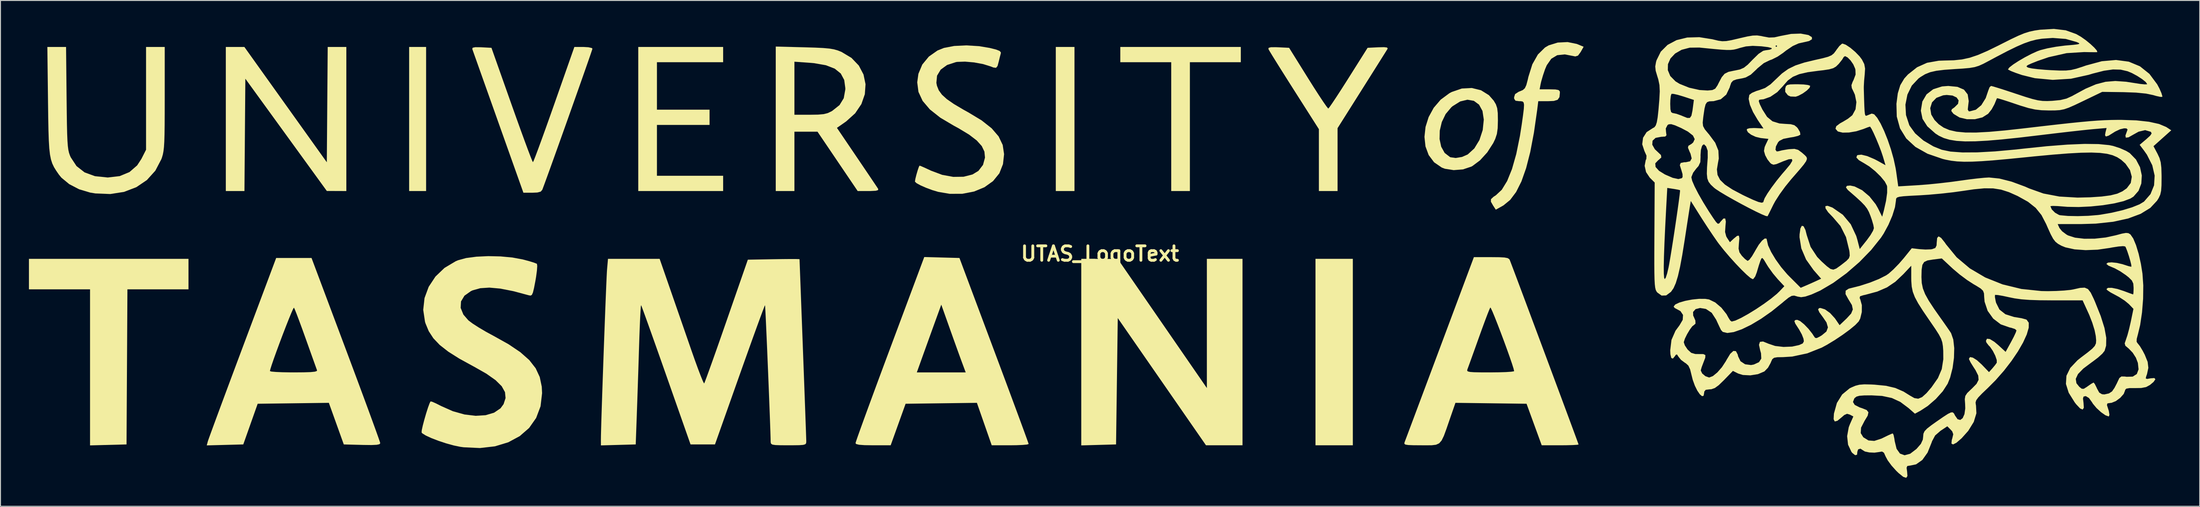
<source format=kicad_pcb>
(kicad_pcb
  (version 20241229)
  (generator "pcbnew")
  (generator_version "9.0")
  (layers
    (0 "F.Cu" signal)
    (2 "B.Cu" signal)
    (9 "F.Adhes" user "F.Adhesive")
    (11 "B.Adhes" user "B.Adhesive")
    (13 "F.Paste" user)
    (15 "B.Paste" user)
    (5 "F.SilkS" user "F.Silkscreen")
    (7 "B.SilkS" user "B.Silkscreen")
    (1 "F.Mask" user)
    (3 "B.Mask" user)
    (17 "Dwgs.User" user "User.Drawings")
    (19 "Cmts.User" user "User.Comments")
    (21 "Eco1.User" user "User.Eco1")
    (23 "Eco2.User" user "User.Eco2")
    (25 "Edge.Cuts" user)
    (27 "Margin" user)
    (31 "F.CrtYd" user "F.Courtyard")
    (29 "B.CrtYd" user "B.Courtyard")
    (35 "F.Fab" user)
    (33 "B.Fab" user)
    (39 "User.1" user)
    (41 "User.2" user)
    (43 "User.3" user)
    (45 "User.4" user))
  (footprint "UTAS_LogoText"
    (layer "F.Cu")
    (at 112.869 23.728)
    (property "Reference" "UTAS_LogoText" (at 0 0 0) (layer "F.SilkS") (effects (font (size 1.524 1.524) (thickness 0.3))))
    (attr board_only exclude_from_pos_files exclude_from_bom)
    (fp_poly (pts (xy -71.013 -6.618) (xy -72.801 -6.618) (xy -72.801 -21.823) (xy -71.013 -21.823)) (stroke (width 0) (type solid)) (fill yes) (layer "F.SilkS"))
    (fp_poly (pts (xy -2.683 -6.618) (xy -4.651 -6.618) (xy -4.651 -21.823) (xy -2.683 -21.823)) (stroke (width 0) (type solid)) (fill yes) (layer "F.SilkS"))
    (fp_poly (pts (xy 26.652 20.213) (xy 22.717 20.213) (xy 22.717 0.537) (xy 26.652 0.537)) (stroke (width 0) (type solid)) (fill yes) (layer "F.SilkS"))
    (fp_poly (pts (xy 14.846 -20.213) (xy 9.48 -20.213) (xy 9.48 -6.618) (xy 7.513 -6.618) (xy 7.513 -20.213) (xy 2.146 -20.213) (xy 2.146 -21.823) (xy 14.846 -21.823)) (stroke (width 0) (type solid)) (fill yes) (layer "F.SilkS"))
    (fp_poly (pts (xy -96.055 3.756) (xy -102.491 3.756) (xy -102.537 11.94) (xy -102.584 20.123) (xy -104.507 20.174) (xy -106.43 20.225) (xy -106.43 3.756) (xy -112.869 3.756) (xy -112.869 0.537) (xy -96.055 0.537)) (stroke (width 0) (type solid)) (fill yes) (layer "F.SilkS"))
    (fp_poly (pts (xy -39.71 -20.213) (xy -46.686 -20.213) (xy -46.686 -15.204) (xy -41.141 -15.204) (xy -41.141 -13.594) (xy -46.686 -13.594) (xy -46.686 -8.228) (xy -39.71 -8.228) (xy -39.71 -6.618) (xy -48.654 -6.618) (xy -48.654 -21.823) (xy -39.71 -21.823)) (stroke (width 0) (type solid)) (fill yes) (layer "F.SilkS"))
    (fp_poly (pts (xy -85.821 -15.738) (xy -81.477 -9.654) (xy -81.43 -15.738) (xy -81.383 -21.823) (xy -79.42 -21.823) (xy -79.42 -6.618) (xy -81.477 -6.625) (xy -85.77 -12.549) (xy -90.063 -18.472) (xy -90.11 -12.545) (xy -90.157 -6.618) (xy -92.12 -6.618) (xy -92.12 -21.823) (xy -90.165 -21.823)) (stroke (width 0) (type solid)) (fill yes) (layer "F.SilkS"))
    (fp_poly (pts (xy 15.025 20.213) (xy 11.176 20.213) (xy 6.527 13.5) (xy 1.878 6.788) (xy 1.699 20.123) (xy -0.134 20.174) (xy -1.968 20.225) (xy -1.968 0.537) (xy -0.045 0.543) (xy 1.878 0.549) (xy 6.574 7.361) (xy 11.269 14.173) (xy 11.269 0.537) (xy 15.025 0.537)) (stroke (width 0) (type solid)) (fill yes) (layer "F.SilkS"))
    (fp_poly (pts (xy 74.155 -17.865) (xy 74.63 -17.805) (xy 74.851 -17.721) (xy 74.851 -17.72) (xy 74.79 -17.518) (xy 74.502 -17.229) (xy 74.081 -16.925) (xy 73.621 -16.677) (xy 73.326 -16.574) (xy 72.777 -16.594) (xy 72.5 -16.723) (xy 72.223 -17.077) (xy 72.22 -17.434) (xy 72.288 -17.674) (xy 72.433 -17.809) (xy 72.741 -17.871) (xy 73.296 -17.887) (xy 73.527 -17.887)) (stroke (width 0) (type solid)) (fill yes) (layer "F.SilkS"))
    (fp_poly (pts (xy 30.255 -21.763) (xy 30.326 -21.662) (xy 30.302 -21.608) (xy 30.173 -21.399) (xy 29.879 -20.931) (xy 29.448 -20.244) (xy 28.905 -19.38) (xy 28.277 -18.383) (xy 27.603 -17.313) (xy 25.042 -13.251) (xy 25.042 -6.618) (xy 23.075 -6.618) (xy 23.074 -9.883) (xy 23.074 -13.147) (xy 20.46 -17.256) (xy 19.767 -18.349) (xy 19.136 -19.35) (xy 18.594 -20.217) (xy 18.165 -20.909) (xy 17.877 -21.384) (xy 17.755 -21.601) (xy 17.754 -21.603) (xy 17.781 -21.732) (xy 18.027 -21.794) (xy 18.55 -21.797) (xy 18.8 -21.787) (xy 19.936 -21.733) (xy 21.94 -18.513) (xy 22.539 -17.562) (xy 23.078 -16.725) (xy 23.528 -16.046) (xy 23.86 -15.569) (xy 24.044 -15.339) (xy 24.068 -15.324) (xy 24.197 -15.478) (xy 24.484 -15.891) (xy 24.901 -16.517) (xy 25.418 -17.313) (xy 26.004 -18.232) (xy 26.201 -18.544) (xy 28.209 -21.733) (xy 29.325 -21.787) (xy 29.94 -21.801)) (stroke (width 0) (type solid)) (fill yes) (layer "F.SilkS"))
    (fp_poly (pts (xy -53.907 -21.792) (xy -53.561 -21.713) (xy -53.483 -21.641) (xy -53.541 -21.453) (xy -53.705 -20.969) (xy -53.96 -20.232) (xy -54.291 -19.284) (xy -54.684 -18.166) (xy -55.124 -16.919) (xy -55.596 -15.586) (xy -56.084 -14.209) (xy -56.575 -12.829) (xy -57.054 -11.487) (xy -57.505 -10.226) (xy -57.914 -9.087) (xy -58.267 -8.112) (xy -58.547 -7.343) (xy -58.741 -6.821) (xy -58.767 -6.752) (xy -58.931 -6.558) (xy -59.285 -6.462) (xy -59.823 -6.439) (xy -60.759 -6.439) (xy -63.413 -13.907) (xy -63.967 -15.468) (xy -64.486 -16.928) (xy -64.957 -18.253) (xy -65.367 -19.407) (xy -65.703 -20.355) (xy -65.954 -21.061) (xy -66.106 -21.491) (xy -66.148 -21.609) (xy -66.108 -21.74) (xy -65.834 -21.797) (xy -65.268 -21.792) (xy -65.177 -21.787) (xy -64.126 -21.733) (xy -61.991 -15.696) (xy -61.496 -14.306) (xy -61.037 -13.03) (xy -60.626 -11.904) (xy -60.279 -10.966) (xy -60.008 -10.255) (xy -59.828 -9.808) (xy -59.755 -9.662) (xy -59.674 -9.825) (xy -59.491 -10.289) (xy -59.218 -11.015) (xy -58.869 -11.966) (xy -58.458 -13.104) (xy -57.999 -14.391) (xy -57.521 -15.744) (xy -55.388 -21.823) (xy -54.436 -21.823)) (stroke (width 0) (type solid)) (fill yes) (layer "F.SilkS"))
    (fp_poly (pts (xy -16.66 0.397) (xy -14.805 0.447) (xy -11.16 10.196) (xy -10.496 11.973) (xy -9.871 13.65) (xy -9.297 15.198) (xy -8.783 16.586) (xy -8.341 17.783) (xy -7.982 18.762) (xy -7.718 19.49) (xy -7.558 19.939) (xy -7.514 20.079) (xy -7.68 20.133) (xy -8.132 20.176) (xy -8.796 20.205) (xy -9.459 20.213) (xy -11.405 20.213) (xy -12.186 17.973) (xy -12.967 15.734) (xy -16.724 15.782) (xy -20.48 15.83) (xy -22.053 20.213) (xy -23.905 20.213) (xy -24.801 20.2) (xy -25.381 20.158) (xy -25.686 20.081) (xy -25.759 19.989) (xy -25.698 19.785) (xy -25.523 19.276) (xy -25.244 18.493) (xy -24.873 17.466) (xy -24.42 16.225) (xy -23.897 14.802) (xy -23.315 13.225) (xy -23.054 12.521) (xy -19.297 12.521) (xy -14.147 12.521) (xy -14.562 11.403) (xy -14.778 10.813) (xy -15.077 9.986) (xy -15.423 9.023) (xy -15.778 8.027) (xy -15.848 7.829) (xy -16.72 5.373) (xy -17.319 7.024) (xy -17.649 7.936) (xy -18.038 9.014) (xy -18.424 10.088) (xy -18.608 10.598) (xy -19.297 12.521) (xy -23.054 12.521) (xy -22.685 11.526) (xy -22.137 10.056) (xy -18.515 0.347)) (stroke (width 0) (type solid)) (fill yes) (layer "F.SilkS"))
    (fp_poly (pts (xy -108.901 -16.412) (xy -108.883 -14.866) (xy -108.865 -13.635) (xy -108.842 -12.675) (xy -108.812 -11.941) (xy -108.772 -11.39) (xy -108.719 -10.978) (xy -108.649 -10.662) (xy -108.56 -10.399) (xy -108.463 -10.176) (xy -107.854 -9.25) (xy -107.005 -8.587) (xy -105.915 -8.187) (xy -104.582 -8.049) (xy -104.545 -8.049) (xy -103.305 -8.193) (xy -102.275 -8.619) (xy -101.465 -9.323) (xy -101.019 -10.007) (xy -100.527 -10.975) (xy -100.527 -21.823) (xy -98.559 -21.823) (xy -98.559 -16.374) (xy -98.561 -14.813) (xy -98.567 -13.565) (xy -98.581 -12.586) (xy -98.604 -11.832) (xy -98.64 -11.258) (xy -98.691 -10.819) (xy -98.758 -10.471) (xy -98.845 -10.17) (xy -98.913 -9.979) (xy -99.547 -8.767) (xy -100.439 -7.777) (xy -101.552 -7.024) (xy -102.851 -6.527) (xy -104.299 -6.301) (xy -105.861 -6.364) (xy -106.421 -6.456) (xy -107.583 -6.804) (xy -108.623 -7.346) (xy -109.447 -8.027) (xy -109.714 -8.353) (xy -109.998 -8.765) (xy -110.228 -9.139) (xy -110.409 -9.519) (xy -110.548 -9.949) (xy -110.652 -10.472) (xy -110.726 -11.131) (xy -110.777 -11.972) (xy -110.812 -13.036) (xy -110.837 -14.367) (xy -110.859 -16.01) (xy -110.86 -16.143) (xy -110.928 -21.823) (xy -108.957 -21.823)) (stroke (width 0) (type solid)) (fill yes) (layer "F.SilkS"))
    (fp_poly (pts (xy -31.169 -21.787) (xy -30.024 -21.753) (xy -29.167 -21.712) (xy -28.53 -21.655) (xy -28.044 -21.573) (xy -27.639 -21.459) (xy -27.247 -21.303) (xy -27.235 -21.298) (xy -26.184 -20.668) (xy -25.409 -19.857) (xy -24.915 -18.915) (xy -24.703 -17.891) (xy -24.777 -16.835) (xy -25.139 -15.795) (xy -25.794 -14.823) (xy -26.743 -13.966) (xy -26.788 -13.934) (xy -27.717 -13.285) (xy -25.612 -10.175) (xy -24.976 -9.234) (xy -24.403 -8.386) (xy -23.927 -7.678) (xy -23.578 -7.158) (xy -23.389 -6.873) (xy -23.369 -6.842) (xy -23.38 -6.716) (xy -23.636 -6.646) (xy -24.187 -6.619) (xy -24.382 -6.618) (xy -25.532 -6.618) (xy -27.649 -9.749) (xy -29.765 -12.879) (xy -32.197 -12.879) (xy -32.197 -6.618) (xy -34.165 -6.618) (xy -34.165 -20.266) (xy -32.197 -20.266) (xy -32.197 -14.668) (xy -30.543 -14.669) (xy -29.704 -14.682) (xy -29.119 -14.734) (xy -28.685 -14.843) (xy -28.3 -15.027) (xy -28.208 -15.081) (xy -27.445 -15.687) (xy -26.999 -16.415) (xy -26.835 -17.328) (xy -26.832 -17.471) (xy -26.949 -18.338) (xy -27.314 -19.02) (xy -27.949 -19.533) (xy -28.872 -19.891) (xy -30.105 -20.109) (xy -30.619 -20.154) (xy -32.197 -20.266) (xy -34.165 -20.266) (xy -34.165 -21.864)) (stroke (width 0) (type solid)) (fill yes) (layer "F.SilkS"))
    (fp_poly (pts (xy 40.159 -17.253) (xy 40.996 -16.73) (xy 41.499 -16.158) (xy 41.73 -15.767) (xy 41.865 -15.367) (xy 41.927 -14.843) (xy 41.941 -14.081) (xy 41.941 -14.054) (xy 41.917 -13.24) (xy 41.833 -12.642) (xy 41.66 -12.118) (xy 41.449 -11.677) (xy 40.822 -10.701) (xy 40.058 -9.859) (xy 39.251 -9.255) (xy 39.15 -9.2) (xy 38.265 -8.903) (xy 37.281 -8.824) (xy 36.351 -8.97) (xy 36.025 -9.095) (xy 35.214 -9.653) (xy 34.644 -10.415) (xy 34.308 -11.326) (xy 34.225 -12.104) (xy 35.792 -12.104) (xy 35.964 -11.295) (xy 36.331 -10.637) (xy 36.893 -10.203) (xy 36.937 -10.184) (xy 37.489 -10.106) (xy 38.157 -10.215) (xy 38.759 -10.478) (xy 39.455 -11.114) (xy 39.995 -12.003) (xy 40.341 -13.06) (xy 40.453 -14.157) (xy 40.315 -15.07) (xy 39.951 -15.736) (xy 39.406 -16.137) (xy 38.729 -16.255) (xy 37.966 -16.072) (xy 37.165 -15.571) (xy 37.027 -15.451) (xy 36.432 -14.74) (xy 36.028 -13.898) (xy 35.814 -12.996) (xy 35.792 -12.104) (xy 34.225 -12.104) (xy 34.201 -12.334) (xy 34.314 -13.385) (xy 34.641 -14.425) (xy 35.174 -15.401) (xy 35.907 -16.258) (xy 36.832 -16.943) (xy 37.07 -17.07) (xy 38.135 -17.436) (xy 39.185 -17.493)) (stroke (width 0) (type solid)) (fill yes) (layer "F.SilkS"))
    (fp_poly (pts (xy -79.467 10.106) (xy -78.805 11.878) (xy -78.181 13.553) (xy -77.608 15.1) (xy -77.096 16.489) (xy -76.657 17.69) (xy -76.301 18.671) (xy -76.04 19.403) (xy -75.885 19.855) (xy -75.845 19.995) (xy -75.93 20.1) (xy -76.22 20.162) (xy -76.763 20.187) (xy -77.607 20.178) (xy -77.765 20.174) (xy -79.688 20.123) (xy -80.475 17.929) (xy -81.262 15.734) (xy -85.013 15.782) (xy -88.763 15.83) (xy -90.281 20.123) (xy -92.205 20.174) (xy -94.129 20.225) (xy -94.022 19.816) (xy -93.941 19.577) (xy -93.745 19.034) (xy -93.447 18.219) (xy -93.059 17.164) (xy -92.591 15.899) (xy -92.056 14.458) (xy -91.465 12.871) (xy -91.284 12.387) (xy -87.472 12.387) (xy -87.303 12.435) (xy -86.839 12.475) (xy -86.146 12.505) (xy -85.287 12.52) (xy -84.946 12.521) (xy -83.908 12.514) (xy -83.187 12.49) (xy -82.742 12.445) (xy -82.532 12.376) (xy -82.508 12.298) (xy -82.593 12.064) (xy -82.777 11.551) (xy -83.04 10.816) (xy -83.361 9.917) (xy -83.708 8.944) (xy -84.066 7.947) (xy -84.39 7.067) (xy -84.657 6.361) (xy -84.848 5.882) (xy -84.94 5.687) (xy -85.024 5.815) (xy -85.206 6.22) (xy -85.462 6.841) (xy -85.77 7.619) (xy -86.108 8.494) (xy -86.451 9.405) (xy -86.778 10.292) (xy -87.067 11.096) (xy -87.293 11.755) (xy -87.435 12.21) (xy -87.472 12.387) (xy -91.284 12.387) (xy -90.83 11.17) (xy -90.365 9.927) (xy -86.815 0.447) (xy -83.087 0.447)) (stroke (width 0) (type solid)) (fill yes) (layer "F.SilkS"))
    (fp_poly (pts (xy 50.253 -22.142) (xy 50.356 -22.101) (xy 50.974 -21.843) (xy 50.663 -21.29) (xy 50.383 -20.91) (xy 50.096 -20.821) (xy 49.995 -20.842) (xy 48.987 -21.037) (xy 48.188 -20.953) (xy 47.566 -20.577) (xy 47.09 -19.894) (xy 46.908 -19.466) (xy 46.688 -18.814) (xy 46.51 -18.2) (xy 46.448 -17.932) (xy 46.337 -17.351) (xy 47.406 -17.351) (xy 48.005 -17.337) (xy 48.329 -17.277) (xy 48.457 -17.147) (xy 48.475 -17.008) (xy 48.427 -16.526) (xy 48.237 -16.25) (xy 47.831 -16.125) (xy 47.226 -16.099) (xy 46.195 -16.099) (xy 46.078 -15.16) (xy 45.738 -12.783) (xy 45.352 -10.747) (xy 44.914 -9.034) (xy 44.419 -7.63) (xy 43.861 -6.518) (xy 43.234 -5.682) (xy 42.533 -5.108) (xy 42.44 -5.053) (xy 41.718 -4.651) (xy 41.43 -5.092) (xy 41.203 -5.491) (xy 41.209 -5.758) (xy 41.481 -6.012) (xy 41.729 -6.173) (xy 42.348 -6.752) (xy 42.914 -7.676) (xy 43.424 -8.936) (xy 43.875 -10.524) (xy 44.262 -12.43) (xy 44.45 -13.629) (xy 44.587 -14.607) (xy 44.671 -15.286) (xy 44.694 -15.719) (xy 44.651 -15.962) (xy 44.535 -16.07) (xy 44.342 -16.098) (xy 44.182 -16.099) (xy 43.796 -16.149) (xy 43.656 -16.354) (xy 43.645 -16.51) (xy 43.752 -16.848) (xy 44.125 -17.091) (xy 44.254 -17.141) (xy 44.572 -17.279) (xy 44.782 -17.469) (xy 44.935 -17.799) (xy 45.084 -18.357) (xy 45.157 -18.679) (xy 45.57 -19.995) (xy 46.155 -21.028) (xy 46.9 -21.761) (xy 47.288 -21.99) (xy 48.244 -22.287) (xy 49.285 -22.339)) (stroke (width 0) (type solid)) (fill yes) (layer "F.SilkS"))
    (fp_poly (pts (xy -12.741 -21.907) (xy -11.61 -21.717) (xy -10.948 -21.55) (xy -10.579 -21.406) (xy -10.442 -21.254) (xy -10.449 -21.136) (xy -10.552 -20.746) (xy -10.659 -20.302) (xy -10.789 -19.816) (xy -10.947 -19.621) (xy -11.229 -19.655) (xy -11.519 -19.769) (xy -12.312 -20.016) (xy -13.264 -20.191) (xy -14.222 -20.274) (xy -15.034 -20.246) (xy -15.179 -20.223) (xy -16.11 -19.919) (xy -16.781 -19.431) (xy -17.166 -18.792) (xy -17.237 -18.035) (xy -17.177 -17.729) (xy -16.984 -17.244) (xy -16.65 -16.785) (xy -16.133 -16.315) (xy -15.389 -15.799) (xy -14.376 -15.199) (xy -13.854 -14.91) (xy -12.463 -14.069) (xy -11.41 -13.236) (xy -10.678 -12.383) (xy -10.248 -11.484) (xy -10.102 -10.511) (xy -10.217 -9.459) (xy -10.599 -8.487) (xy -11.265 -7.667) (xy -12.169 -7.02) (xy -13.263 -6.567) (xy -14.498 -6.328) (xy -15.828 -6.323) (xy -17.036 -6.528) (xy -17.671 -6.718) (xy -18.323 -6.961) (xy -18.903 -7.216) (xy -19.324 -7.445) (xy -19.497 -7.61) (xy -19.497 -7.616) (xy -19.453 -7.896) (xy -19.345 -8.332) (xy -19.21 -8.796) (xy -19.085 -9.162) (xy -19.01 -9.301) (xy -18.816 -9.23) (xy -18.391 -9.042) (xy -17.825 -8.778) (xy -17.796 -8.764) (xy -16.622 -8.325) (xy -15.457 -8.112) (xy -14.371 -8.126) (xy -13.433 -8.365) (xy -12.809 -8.743) (xy -12.322 -9.378) (xy -12.114 -10.146) (xy -12.175 -10.78) (xy -12.454 -11.364) (xy -12.985 -11.955) (xy -13.797 -12.577) (xy -14.917 -13.253) (xy -15.383 -13.505) (xy -16.827 -14.361) (xy -17.924 -15.231) (xy -18.687 -16.131) (xy -19.126 -17.078) (xy -19.255 -18.089) (xy -19.132 -18.99) (xy -18.723 -19.966) (xy -18.03 -20.808) (xy -17.122 -21.446) (xy -16.44 -21.721) (xy -15.362 -21.927) (xy -14.085 -21.989)) (stroke (width 0) (type solid)) (fill yes) (layer "F.SilkS"))
    (fp_poly (pts (xy 42.082 0.365) (xy 42.635 0.396) (xy 42.963 0.459) (xy 43.134 0.567) (xy 43.195 0.671) (xy 43.316 0.986) (xy 43.542 1.583) (xy 43.86 2.427) (xy 44.255 3.481) (xy 44.715 4.71) (xy 45.225 6.076) (xy 45.773 7.545) (xy 46.346 9.08) (xy 46.929 10.645) (xy 47.509 12.203) (xy 48.073 13.72) (xy 48.608 15.158) (xy 49.099 16.482) (xy 49.534 17.656) (xy 49.899 18.643) (xy 50.181 19.408) (xy 50.366 19.914) (xy 50.441 20.126) (xy 50.442 20.13) (xy 50.275 20.163) (xy 49.824 20.19) (xy 49.159 20.208) (xy 48.499 20.213) (xy 46.557 20.213) (xy 44.959 15.83) (xy 41.213 15.782) (xy 37.466 15.734) (xy 36.861 17.481) (xy 36.513 18.493) (xy 36.246 19.22) (xy 36.009 19.708) (xy 35.751 20.004) (xy 35.419 20.156) (xy 34.964 20.211) (xy 34.332 20.215) (xy 33.873 20.213) (xy 33.033 20.208) (xy 32.493 20.187) (xy 32.195 20.139) (xy 32.082 20.055) (xy 32.094 19.923) (xy 32.103 19.9) (xy 32.186 19.678) (xy 32.384 19.153) (xy 32.683 18.354) (xy 33.073 17.313) (xy 33.541 16.06) (xy 34.077 14.627) (xy 34.669 13.044) (xy 34.935 12.332) (xy 38.699 12.332) (xy 38.775 12.418) (xy 39.004 12.473) (xy 39.436 12.504) (xy 40.124 12.518) (xy 41.117 12.521) (xy 41.122 12.521) (xy 42.026 12.512) (xy 42.787 12.488) (xy 43.341 12.451) (xy 43.625 12.405) (xy 43.649 12.387) (xy 43.593 12.135) (xy 43.436 11.632) (xy 43.199 10.937) (xy 42.905 10.11) (xy 42.577 9.212) (xy 42.236 8.302) (xy 41.906 7.441) (xy 41.609 6.688) (xy 41.367 6.104) (xy 41.202 5.749) (xy 41.141 5.67) (xy 41.043 5.878) (xy 40.848 6.366) (xy 40.578 7.079) (xy 40.254 7.959) (xy 39.932 8.854) (xy 39.576 9.852) (xy 39.254 10.748) (xy 38.99 11.482) (xy 38.804 11.992) (xy 38.723 12.208) (xy 38.699 12.332) (xy 34.935 12.332) (xy 35.305 11.342) (xy 35.817 9.972) (xy 39.409 0.358) (xy 41.239 0.358)) (stroke (width 0) (type solid)) (fill yes) (layer "F.SilkS"))
    (fp_poly (pts (xy -63.171 0.281) (xy -61.92 0.398) (xy -60.817 0.604) (xy -60.159 0.78) (xy -59.639 0.941) (xy -59.352 1.055) (xy -59.333 1.069) (xy -59.301 1.29) (xy -59.334 1.777) (xy -59.423 2.445) (xy -59.492 2.849) (xy -59.639 3.618) (xy -59.755 4.095) (xy -59.867 4.341) (xy -60.002 4.417) (xy -60.171 4.39) (xy -61.823 3.948) (xy -63.201 3.677) (xy -64.347 3.574) (xy -65.301 3.636) (xy -66.101 3.859) (xy -66.287 3.942) (xy -66.97 4.426) (xy -67.333 5.031) (xy -67.372 5.712) (xy -67.083 6.421) (xy -66.557 7.03) (xy -66.128 7.355) (xy -65.47 7.78) (xy -64.675 8.249) (xy -63.892 8.674) (xy -62.325 9.549) (xy -61.083 10.388) (xy -60.138 11.224) (xy -59.465 12.088) (xy -59.036 13.012) (xy -58.824 14.028) (xy -58.79 14.715) (xy -58.952 16.1) (xy -59.416 17.329) (xy -60.155 18.383) (xy -61.145 19.245) (xy -62.356 19.898) (xy -63.763 20.324) (xy -65.338 20.504) (xy -67.055 20.423) (xy -67.413 20.374) (xy -68.11 20.23) (xy -68.902 20.01) (xy -69.709 19.742) (xy -70.449 19.457) (xy -71.044 19.184) (xy -71.413 18.953) (xy -71.489 18.86) (xy -71.47 18.618) (xy -71.365 18.136) (xy -71.201 17.512) (xy -71.008 16.845) (xy -70.813 16.233) (xy -70.644 15.775) (xy -70.544 15.58) (xy -70.368 15.621) (xy -69.967 15.798) (xy -69.431 16.069) (xy -68.195 16.618) (xy -66.969 16.962) (xy -65.803 17.102) (xy -64.747 17.039) (xy -63.854 16.776) (xy -63.173 16.314) (xy -62.85 15.874) (xy -62.639 15.229) (xy -62.7 14.604) (xy -63.047 13.98) (xy -63.697 13.337) (xy -64.664 12.655) (xy -65.964 11.916) (xy -66.05 11.871) (xy -67.515 11.067) (xy -68.677 10.332) (xy -69.575 9.629) (xy -70.248 8.921) (xy -70.735 8.174) (xy -71.076 7.351) (xy -71.129 7.179) (xy -71.317 5.922) (xy -71.179 4.674) (xy -70.74 3.486) (xy -70.029 2.409) (xy -69.074 1.494) (xy -67.902 0.795) (xy -67.64 0.684) (xy -66.8 0.454) (xy -65.709 0.31) (xy -64.467 0.252)) (stroke (width 0) (type solid)) (fill yes) (layer "F.SilkS"))
    (fp_poly (pts (xy -45.362 3.533) (xy -44.958 4.698) (xy -44.479 6.08) (xy -43.966 7.559) (xy -43.462 9.013) (xy -43.066 10.158) (xy -42.693 11.218) (xy -42.355 12.147) (xy -42.069 12.897) (xy -41.855 13.421) (xy -41.729 13.671) (xy -41.708 13.685) (xy -41.629 13.498) (xy -41.446 13.011) (xy -41.173 12.26) (xy -40.823 11.283) (xy -40.41 10.118) (xy -39.948 8.8) (xy -39.449 7.369) (xy -39.357 7.104) (xy -37.107 0.626) (xy -34.384 0.577) (xy -33.443 0.563) (xy -32.642 0.557) (xy -32.044 0.558) (xy -31.709 0.568) (xy -31.659 0.577) (xy -31.652 0.76) (xy -31.633 1.267) (xy -31.603 2.065) (xy -31.563 3.121) (xy -31.515 4.401) (xy -31.46 5.873) (xy -31.398 7.502) (xy -31.332 9.257) (xy -31.304 10.017) (xy -31.236 11.827) (xy -31.172 13.538) (xy -31.114 15.114) (xy -31.062 16.521) (xy -31.019 17.723) (xy -30.984 18.686) (xy -30.961 19.375) (xy -30.949 19.754) (xy -30.948 19.81) (xy -30.962 19.989) (xy -31.05 20.105) (xy -31.276 20.172) (xy -31.703 20.203) (xy -32.394 20.212) (xy -32.823 20.213) (xy -33.659 20.209) (xy -34.201 20.19) (xy -34.513 20.142) (xy -34.658 20.05) (xy -34.7 19.901) (xy -34.703 19.81) (xy -34.711 19.424) (xy -34.731 18.756) (xy -34.763 17.853) (xy -34.803 16.76) (xy -34.851 15.524) (xy -34.903 14.191) (xy -34.959 12.806) (xy -35.017 11.417) (xy -35.073 10.07) (xy -35.128 8.809) (xy -35.178 7.682) (xy -35.221 6.734) (xy -35.257 6.013) (xy -35.283 5.563) (xy -35.295 5.428) (xy -35.364 5.58) (xy -35.539 6.036) (xy -35.808 6.761) (xy -36.159 7.722) (xy -36.58 8.885) (xy -37.057 10.217) (xy -37.58 11.682) (xy -37.959 12.75) (xy -40.57 20.123) (xy -43.145 20.123) (xy -45.713 12.812) (xy -46.254 11.274) (xy -46.76 9.843) (xy -47.218 8.553) (xy -47.615 7.439) (xy -47.94 6.536) (xy -48.18 5.879) (xy -48.322 5.503) (xy -48.356 5.425) (xy -48.383 5.574) (xy -48.416 6.032) (xy -48.455 6.753) (xy -48.496 7.687) (xy -48.537 8.787) (xy -48.564 9.606) (xy -48.609 11.052) (xy -48.659 12.605) (xy -48.711 14.156) (xy -48.759 15.592) (xy -48.802 16.802) (xy -48.808 16.993) (xy -48.922 20.123) (xy -50.755 20.174) (xy -52.589 20.225) (xy -52.592 19.638) (xy -52.587 19.221) (xy -52.569 18.499) (xy -52.541 17.516) (xy -52.503 16.317) (xy -52.458 14.948) (xy -52.407 13.454) (xy -52.352 11.881) (xy -52.295 10.273) (xy -52.236 8.676) (xy -52.178 7.135) (xy -52.123 5.696) (xy -52.071 4.403) (xy -52.025 3.303) (xy -51.987 2.44) (xy -51.957 1.859) (xy -51.943 1.655) (xy -51.845 0.537) (xy -46.402 0.537)) (stroke (width 0) (type solid)) (fill yes) (layer "F.SilkS"))
    (fp_poly (pts (xy 101.784 -23.58) (xy 102.883 -23.185) (xy 103.377 -22.903) (xy 103.889 -22.542) (xy 104.38 -22.14) (xy 104.788 -21.758) (xy 105.053 -21.455) (xy 105.112 -21.287) (xy 105.077 -21.272) (xy 104.823 -21.269) (xy 104.322 -21.273) (xy 103.721 -21.284) (xy 101.876 -21.17) (xy 99.98 -20.743) (xy 98.835 -20.349) (xy 98.159 -20.081) (xy 97.776 -19.904) (xy 97.643 -19.785) (xy 97.718 -19.693) (xy 97.852 -19.635) (xy 98.207 -19.558) (xy 98.825 -19.48) (xy 99.611 -19.411) (xy 100.258 -19.371) (xy 101.146 -19.333) (xy 101.799 -19.335) (xy 102.338 -19.392) (xy 102.886 -19.523) (xy 103.564 -19.742) (xy 103.925 -19.868) (xy 105.582 -20.316) (xy 107.084 -20.449) (xy 108.426 -20.27) (xy 109.601 -19.781) (xy 110.601 -18.983) (xy 111.421 -17.88) (xy 111.663 -17.424) (xy 111.867 -16.955) (xy 111.962 -16.632) (xy 111.955 -16.556) (xy 111.75 -16.556) (xy 111.319 -16.65) (xy 110.982 -16.747) (xy 110.243 -16.901) (xy 109.193 -17.005) (xy 107.876 -17.053) (xy 107.861 -17.053) (xy 105.625 -17.082) (xy 103.585 -16.099) (xy 102.729 -15.691) (xy 102.101 -15.415) (xy 101.607 -15.246) (xy 101.153 -15.157) (xy 100.646 -15.125) (xy 100.007 -15.121) (xy 99.229 -15.144) (xy 98.552 -15.221) (xy 97.853 -15.376) (xy 97.007 -15.632) (xy 96.521 -15.796) (xy 95.751 -16.055) (xy 95.118 -16.259) (xy 94.692 -16.385) (xy 94.539 -16.415) (xy 94.458 -16.234) (xy 94.302 -15.853) (xy 94.277 -15.79) (xy 93.975 -15.238) (xy 93.605 -14.77) (xy 93 -14.389) (xy 92.219 -14.198) (xy 91.377 -14.195) (xy 90.591 -14.379) (xy 89.978 -14.749) (xy 89.907 -14.821) (xy 89.72 -15.072) (xy 89.78 -15.251) (xy 90.057 -15.452) (xy 90.431 -15.821) (xy 90.493 -16.181) (xy 90.286 -16.488) (xy 89.851 -16.695) (xy 89.234 -16.757) (xy 88.864 -16.719) (xy 88.153 -16.451) (xy 87.691 -15.976) (xy 87.502 -15.364) (xy 87.611 -14.688) (xy 87.955 -14.117) (xy 88.397 -13.668) (xy 88.907 -13.314) (xy 89.52 -13.053) (xy 90.273 -12.881) (xy 91.201 -12.795) (xy 92.34 -12.79) (xy 93.726 -12.865) (xy 95.394 -13.014) (xy 97.218 -13.216) (xy 99.17 -13.444) (xy 100.811 -13.632) (xy 102.184 -13.783) (xy 103.333 -13.9) (xy 104.302 -13.989) (xy 105.134 -14.052) (xy 105.872 -14.093) (xy 106.561 -14.117) (xy 107.245 -14.127) (xy 107.656 -14.127) (xy 109.224 -14.075) (xy 110.557 -13.929) (xy 111.617 -13.694) (xy 112.368 -13.377) (xy 112.417 -13.346) (xy 112.903 -13.027) (xy 111.031 -11.351) (xy 111.456 -10.55) (xy 111.664 -10.102) (xy 111.793 -9.647) (xy 111.859 -9.078) (xy 111.882 -8.287) (xy 111.883 -8.037) (xy 111.875 -7.214) (xy 111.836 -6.648) (xy 111.745 -6.238) (xy 111.584 -5.886) (xy 111.403 -5.596) (xy 110.697 -4.839) (xy 109.676 -4.211) (xy 108.362 -3.721) (xy 106.778 -3.374) (xy 104.945 -3.177) (xy 103.458 -3.133) (xy 100.934 -3.13) (xy 101.123 -2.713) (xy 101.398 -2.373) (xy 101.856 -2.028) (xy 102.024 -1.934) (xy 102.756 -1.699) (xy 103.728 -1.584) (xy 104.843 -1.591) (xy 106.004 -1.718) (xy 107.055 -1.948) (xy 107.716 -2.125) (xy 108.13 -2.198) (xy 108.387 -2.172) (xy 108.581 -2.052) (xy 108.61 -2.027) (xy 108.898 -1.609) (xy 109.191 -0.906) (xy 109.467 0.008) (xy 109.704 1.062) (xy 109.869 2.1) (xy 109.955 3.344) (xy 109.937 4.752) (xy 109.823 6.189) (xy 109.625 7.523) (xy 109.399 8.467) (xy 109.262 8.99) (xy 109.254 9.289) (xy 109.374 9.474) (xy 109.396 9.493) (xy 109.604 9.758) (xy 109.889 10.232) (xy 110.114 10.663) (xy 110.415 11.408) (xy 110.49 12.038) (xy 110.348 12.705) (xy 110.261 12.944) (xy 110.214 13.16) (xy 110.364 13.211) (xy 110.717 13.148) (xy 111.124 13.117) (xy 111.23 13.252) (xy 111.035 13.531) (xy 110.662 13.845) (xy 110.254 14.069) (xy 109.733 14.169) (xy 109.108 14.178) (xy 108.494 14.179) (xy 108.163 14.237) (xy 108.044 14.369) (xy 108.039 14.422) (xy 107.893 14.794) (xy 107.53 15.203) (xy 107.065 15.548) (xy 106.613 15.732) (xy 106.514 15.741) (xy 106.176 15.791) (xy 106.125 15.973) (xy 106.143 16.026) (xy 106.323 16.589) (xy 106.387 16.998) (xy 106.323 17.171) (xy 106.312 17.172) (xy 105.963 17.044) (xy 105.5 16.719) (xy 105.027 16.285) (xy 104.647 15.83) (xy 104.55 15.671) (xy 104.228 15.225) (xy 103.906 15.028) (xy 103.869 15.025) (xy 103.663 15.072) (xy 103.601 15.275) (xy 103.655 15.728) (xy 103.657 15.741) (xy 103.69 16.252) (xy 103.566 16.445) (xy 103.293 16.322) (xy 102.879 15.881) (xy 102.73 15.688) (xy 102.094 14.669) (xy 101.802 13.738) (xy 101.857 12.873) (xy 102.26 12.05) (xy 103.017 11.247) (xy 103.391 10.948) (xy 104.098 10.412) (xy 104.567 10.028) (xy 104.841 9.731) (xy 104.967 9.455) (xy 104.988 9.136) (xy 104.95 8.706) (xy 104.948 8.684) (xy 104.824 8.067) (xy 104.582 7.283) (xy 104.272 6.483) (xy 104.205 6.333) (xy 103.559 4.919) (xy 100.388 4.919) (xy 99.043 4.909) (xy 97.98 4.874) (xy 97.123 4.809) (xy 96.396 4.709) (xy 95.817 4.591) (xy 95.155 4.448) (xy 94.638 4.359) (xy 94.355 4.34) (xy 94.329 4.349) (xy 94.318 4.559) (xy 94.394 4.983) (xy 94.442 5.177) (xy 94.797 5.888) (xy 95.425 6.385) (xy 96.339 6.674) (xy 96.586 6.712) (xy 97.139 6.807) (xy 97.568 6.923) (xy 97.665 6.965) (xy 97.886 7.279) (xy 97.881 7.81) (xy 97.675 8.519) (xy 97.288 9.367) (xy 96.744 10.313) (xy 96.065 11.317) (xy 95.275 12.34) (xy 94.395 13.342) (xy 93.572 14.168) (xy 92.956 14.756) (xy 92.563 15.166) (xy 92.351 15.459) (xy 92.281 15.696) (xy 92.309 15.938) (xy 92.325 16.001) (xy 92.368 16.836) (xy 92.09 17.747) (xy 91.508 18.692) (xy 90.81 19.473) (xy 90.271 19.94) (xy 89.909 20.125) (xy 89.738 20.031) (xy 89.772 19.656) (xy 89.828 19.477) (xy 89.928 19.047) (xy 89.817 18.743) (xy 89.661 18.569) (xy 89.303 18.21) (xy 88.591 18.681) (xy 88.02 19.176) (xy 87.69 19.795) (xy 87.655 19.906) (xy 87.224 20.982) (xy 86.669 21.762) (xy 86.009 22.226) (xy 85.359 22.358) (xy 85.09 22.398) (xy 85.011 22.584) (xy 85.062 22.965) (xy 85.1 23.455) (xy 84.97 23.65) (xy 84.661 23.547) (xy 84.167 23.146) (xy 83.917 22.904) (xy 83.425 22.356) (xy 83.02 21.805) (xy 82.803 21.401) (xy 82.625 21.002) (xy 82.421 20.873) (xy 82.117 20.924) (xy 81.627 20.992) (xy 81.08 20.968) (xy 80.618 20.869) (xy 80.391 20.729) (xy 80.152 20.57) (xy 79.906 20.643) (xy 79.824 20.883) (xy 79.788 21.213) (xy 79.59 21.259) (xy 79.288 21.019) (xy 79.196 20.904) (xy 78.842 20.15) (xy 78.745 19.251) (xy 78.913 18.313) (xy 79.031 18.004) (xy 79.399 17.173) (xy 79.033 16.978) (xy 78.737 16.89) (xy 78.443 17.019) (xy 78.184 17.245) (xy 77.722 17.627) (xy 77.439 17.7) (xy 77.32 17.459) (xy 77.351 16.897) (xy 77.356 16.859) (xy 77.665 15.748) (xy 77.729 15.644) (xy 79.36 15.644) (xy 79.543 15.949) (xy 80.063 16.215) (xy 80.335 16.305) (xy 80.804 16.492) (xy 80.991 16.732) (xy 80.909 17.096) (xy 80.582 17.636) (xy 80.215 18.348) (xy 80.176 18.927) (xy 80.448 19.366) (xy 80.995 19.703) (xy 81.608 19.751) (xy 82.355 19.511) (xy 82.55 19.416) (xy 83.059 19.167) (xy 83.431 19.002) (xy 83.555 18.961) (xy 83.639 19.12) (xy 83.724 19.524) (xy 83.758 19.773) (xy 83.956 20.587) (xy 84.313 21.088) (xy 84.8 21.265) (xy 85.387 21.108) (xy 86.045 20.605) (xy 86.059 20.591) (xy 86.512 20.07) (xy 86.721 19.617) (xy 86.757 19.295) (xy 86.784 18.991) (xy 86.902 18.732) (xy 87.165 18.453) (xy 87.631 18.09) (xy 88.131 17.735) (xy 88.867 17.225) (xy 89.367 16.901) (xy 89.687 16.746) (xy 89.882 16.739) (xy 90.01 16.863) (xy 90.116 17.075) (xy 90.388 17.464) (xy 90.669 17.54) (xy 90.921 17.347) (xy 91.109 16.926) (xy 91.194 16.32) (xy 91.179 15.857) (xy 91.144 15.346) (xy 91.2 15.002) (xy 91.402 14.697) (xy 91.808 14.305) (xy 91.902 14.219) (xy 92.381 13.73) (xy 92.598 13.307) (xy 92.56 12.856) (xy 92.272 12.283) (xy 92.035 11.919) (xy 91.761 11.48) (xy 91.6 11.154) (xy 91.583 11.082) (xy 91.695 10.904) (xy 91.994 10.963) (xy 92.422 11.232) (xy 92.924 11.687) (xy 92.938 11.701) (xy 93.695 12.491) (xy 94.043 12.104) (xy 94.342 11.745) (xy 94.515 11.499) (xy 94.511 11.21) (xy 94.354 10.754) (xy 94.099 10.251) (xy 93.804 9.823) (xy 93.653 9.67) (xy 93.419 9.365) (xy 93.372 9.19) (xy 93.482 8.966) (xy 93.789 9.004) (xy 94.26 9.293) (xy 94.682 9.649) (xy 95.447 10.354) (xy 96.019 9.313) (xy 96.312 8.755) (xy 96.518 8.311) (xy 96.592 8.087) (xy 96.434 7.944) (xy 96.039 7.813) (xy 95.88 7.782) (xy 94.933 7.451) (xy 94.138 6.843) (xy 93.552 6.025) (xy 93.231 5.064) (xy 93.188 4.568) (xy 93.167 4.181) (xy 93.068 3.909) (xy 92.82 3.669) (xy 92.355 3.378) (xy 92.079 3.22) (xy 91.392 2.777) (xy 90.615 2.197) (xy 89.905 1.597) (xy 89.848 1.545) (xy 88.721 0.495) (xy 87.755 0.616) (xy 87.209 0.709) (xy 86.865 0.87) (xy 86.675 1.173) (xy 86.595 1.69) (xy 86.577 2.465) (xy 86.609 3.085) (xy 86.728 3.661) (xy 86.965 4.263) (xy 87.352 4.961) (xy 87.919 5.824) (xy 88.338 6.421) (xy 88.832 7.119) (xy 89.256 7.725) (xy 89.563 8.171) (xy 89.701 8.383) (xy 89.932 9.053) (xy 90.031 9.955) (xy 90.004 10.989) (xy 89.858 12.058) (xy 89.601 13.064) (xy 89.34 13.715) (xy 88.828 14.508) (xy 88.092 15.327) (xy 87.24 16.065) (xy 86.476 16.563) (xy 85.89 16.879) (xy 85.213 16.284) (xy 84.351 15.638) (xy 83.458 15.224) (xy 82.426 15.005) (xy 81.329 14.945) (xy 80.547 14.951) (xy 80.042 14.989) (xy 79.734 15.075) (xy 79.544 15.222) (xy 79.498 15.279) (xy 79.36 15.644) (xy 77.729 15.644) (xy 78.22 14.852) (xy 78.997 14.212) (xy 79.165 14.125) (xy 79.612 13.931) (xy 80.039 13.822) (xy 80.556 13.782) (xy 81.276 13.797) (xy 81.627 13.815) (xy 82.836 13.933) (xy 83.816 14.163) (xy 84.687 14.544) (xy 85.355 14.96) (xy 85.83 15.232) (xy 86.237 15.298) (xy 86.641 15.133) (xy 87.108 14.711) (xy 87.633 14.098) (xy 88.315 13.122) (xy 88.717 12.175) (xy 88.88 11.132) (xy 88.873 10.249) (xy 88.837 9.748) (xy 88.771 9.344) (xy 88.643 8.963) (xy 88.417 8.529) (xy 88.059 7.967) (xy 87.536 7.202) (xy 87.415 7.027) (xy 86.726 6.016) (xy 86.224 5.223) (xy 85.88 4.58) (xy 85.665 4.019) (xy 85.55 3.471) (xy 85.506 2.869) (xy 85.501 2.518) (xy 85.501 1.267) (xy 84.677 2.148) (xy 83.828 2.953) (xy 82.946 3.549) (xy 81.928 3.99) (xy 80.673 4.33) (xy 80.444 4.379) (xy 80.108 4.488) (xy 80.062 4.669) (xy 80.131 4.822) (xy 80.296 5.423) (xy 80.29 6.154) (xy 80.124 6.841) (xy 79.964 7.145) (xy 79.608 7.518) (xy 79.018 8.007) (xy 78.271 8.555) (xy 77.446 9.107) (xy 76.622 9.607) (xy 76.069 9.906) (xy 74.547 10.511) (xy 72.959 10.85) (xy 71.995 10.911) (xy 71.391 10.92) (xy 71.045 10.979) (xy 70.854 11.133) (xy 70.718 11.431) (xy 70.685 11.52) (xy 70.407 12.025) (xy 70.034 12.412) (xy 70.015 12.424) (xy 69.35 12.706) (xy 68.544 12.834) (xy 67.758 12.794) (xy 67.269 12.644) (xy 66.707 12.363) (xy 65.764 13.337) (xy 65.216 13.868) (xy 64.804 14.17) (xy 64.444 14.296) (xy 64.25 14.31) (xy 63.842 14.359) (xy 63.689 14.545) (xy 63.679 14.668) (xy 63.617 14.991) (xy 63.453 15.031) (xy 63.222 14.835) (xy 62.958 14.452) (xy 62.698 13.928) (xy 62.474 13.311) (xy 62.36 12.859) (xy 62.198 12.203) (xy 62.012 11.805) (xy 61.749 11.563) (xy 61.66 11.512) (xy 61.237 11.198) (xy 60.979 10.879) (xy 60.81 10.623) (xy 60.682 10.672) (xy 60.608 10.793) (xy 60.382 11.067) (xy 60.215 11.001) (xy 60.12 10.609) (xy 60.101 10.19) (xy 60.202 9.352) (xy 61.532 9.352) (xy 61.643 9.674) (xy 61.913 10.08) (xy 61.952 10.127) (xy 62.316 10.457) (xy 62.742 10.581) (xy 63.114 10.585) (xy 63.593 10.588) (xy 63.806 10.695) (xy 63.792 10.979) (xy 63.589 11.51) (xy 63.416 11.966) (xy 63.325 12.286) (xy 63.321 12.324) (xy 63.468 12.634) (xy 63.807 12.92) (xy 64.188 13.057) (xy 64.215 13.058) (xy 64.597 12.911) (xy 65.067 12.523) (xy 65.55 11.97) (xy 65.969 11.329) (xy 66.035 11.204) (xy 66.421 10.565) (xy 66.756 10.256) (xy 67.026 10.28) (xy 67.215 10.641) (xy 67.258 10.835) (xy 67.509 11.345) (xy 67.993 11.665) (xy 68.615 11.745) (xy 68.913 11.69) (xy 69.455 11.442) (xy 69.699 11.063) (xy 69.668 10.497) (xy 69.582 10.198) (xy 69.455 9.611) (xy 69.555 9.299) (xy 69.885 9.261) (xy 70.451 9.492) (xy 70.459 9.496) (xy 71.158 9.731) (xy 72.04 9.834) (xy 72.952 9.797) (xy 73.683 9.637) (xy 74.069 9.462) (xy 74.186 9.24) (xy 74.145 8.966) (xy 73.969 8.514) (xy 73.675 7.983) (xy 73.595 7.861) (xy 73.281 7.373) (xy 73.183 7.104) (xy 73.294 6.993) (xy 73.496 6.976) (xy 73.798 7.109) (xy 74.219 7.454) (xy 74.674 7.926) (xy 75.079 8.443) (xy 75.229 8.679) (xy 75.369 8.874) (xy 75.541 8.899) (xy 75.854 8.743) (xy 76.079 8.606) (xy 76.559 8.208) (xy 76.721 7.772) (xy 76.568 7.249) (xy 76.2 6.708) (xy 75.82 6.189) (xy 75.684 5.881) (xy 75.782 5.742) (xy 75.938 5.724) (xy 76.409 5.87) (xy 76.946 6.256) (xy 77.45 6.808) (xy 77.535 6.928) (xy 77.949 7.537) (xy 78.7 6.822) (xy 79.166 6.313) (xy 79.345 5.878) (xy 79.246 5.412) (xy 78.879 4.808) (xy 78.868 4.792) (xy 78.576 4.259) (xy 78.589 3.897) (xy 78.908 3.686) (xy 79.017 3.658) (xy 80.094 3.386) (xy 81.155 3.042) (xy 82.105 2.662) (xy 82.848 2.284) (xy 83.117 2.102) (xy 83.62 1.654) (xy 84.204 1.054) (xy 84.71 0.47) (xy 85.556 -0.58) (xy 86.379 -0.484) (xy 87 -0.445) (xy 87.558 -0.464) (xy 87.693 -0.483) (xy 88.036 -0.606) (xy 88.168 -0.875) (xy 88.185 -1.173) (xy 88.232 -1.665) (xy 88.382 -1.833) (xy 88.646 -1.677) (xy 89.034 -1.193) (xy 89.17 -0.992) (xy 90.287 0.373) (xy 91.676 1.544) (xy 93.301 2.503) (xy 95.124 3.233) (xy 97.107 3.716) (xy 99.213 3.936) (xy 99.901 3.948) (xy 100.788 3.929) (xy 101.619 3.882) (xy 102.282 3.816) (xy 102.584 3.763) (xy 103.291 3.604) (xy 103.778 3.577) (xy 104.125 3.727) (xy 104.414 4.1) (xy 104.726 4.743) (xy 104.861 5.053) (xy 105.47 6.574) (xy 105.866 7.837) (xy 106.053 8.871) (xy 106.038 9.7) (xy 105.88 10.242) (xy 105.643 10.543) (xy 105.192 10.952) (xy 104.618 11.388) (xy 104.518 11.457) (xy 103.632 12.121) (xy 103.075 12.696) (xy 102.838 13.205) (xy 102.91 13.666) (xy 103.213 14.045) (xy 103.471 14.247) (xy 103.687 14.253) (xy 104.007 14.052) (xy 104.101 13.983) (xy 104.469 13.728) (xy 104.702 13.598) (xy 104.721 13.594) (xy 104.843 13.742) (xy 105.028 14.108) (xy 105.076 14.22) (xy 105.312 14.651) (xy 105.604 14.825) (xy 105.856 14.846) (xy 106.339 14.739) (xy 106.663 14.527) (xy 106.923 14.15) (xy 107.19 13.636) (xy 107.231 13.541) (xy 107.433 13.119) (xy 107.649 12.951) (xy 108.017 12.958) (xy 108.191 12.985) (xy 108.844 12.966) (xy 109.272 12.693) (xy 109.458 12.199) (xy 109.385 11.521) (xy 109.175 10.968) (xy 108.838 10.442) (xy 108.419 10.006) (xy 108.387 9.981) (xy 108.065 9.706) (xy 107.996 9.454) (xy 108.13 9.057) (xy 108.283 8.602) (xy 108.463 7.935) (xy 108.633 7.196) (xy 108.641 7.157) (xy 108.918 5.817) (xy 108.44 5.317) (xy 108.001 4.952) (xy 107.398 4.561) (xy 107.016 4.355) (xy 106.51 4.083) (xy 106.168 3.851) (xy 106.072 3.735) (xy 106.225 3.6) (xy 106.637 3.596) (xy 107.239 3.718) (xy 107.903 3.935) (xy 108.423 4.13) (xy 108.784 4.26) (xy 108.889 4.293) (xy 108.917 4.134) (xy 108.933 3.738) (xy 108.934 3.586) (xy 108.901 3.15) (xy 108.752 2.825) (xy 108.417 2.492) (xy 108.116 2.254) (xy 107.539 1.861) (xy 106.961 1.542) (xy 106.685 1.427) (xy 106.281 1.253) (xy 106.078 1.084) (xy 106.072 1.059) (xy 106.227 0.937) (xy 106.628 0.908) (xy 107.175 0.966) (xy 107.77 1.105) (xy 107.943 1.162) (xy 108.391 1.307) (xy 108.667 1.369) (xy 108.703 1.364) (xy 108.69 1.173) (xy 108.589 0.762) (xy 108.438 0.245) (xy 108.27 -0.262) (xy 108.121 -0.642) (xy 108.048 -0.771) (xy 107.821 -0.804) (xy 107.336 -0.765) (xy 106.683 -0.664) (xy 106.43 -0.615) (xy 105.146 -0.429) (xy 103.877 -0.38) (xy 102.714 -0.463) (xy 101.748 -0.675) (xy 101.326 -0.847) (xy 100.967 -1.049) (xy 100.693 -1.27) (xy 100.454 -1.582) (xy 100.199 -2.054) (xy 99.88 -2.758) (xy 99.719 -3.13) (xy 99.223 -4.085) (xy 98.611 -4.844) (xy 97.804 -5.485) (xy 96.722 -6.087) (xy 96.714 -6.092) (xy 95.801 -6.499) (xy 94.972 -6.765) (xy 94.137 -6.897) (xy 93.206 -6.906) (xy 92.089 -6.799) (xy 91.087 -6.651) (xy 89.959 -6.493) (xy 88.65 -6.346) (xy 87.333 -6.228) (xy 86.351 -6.164) (xy 85.372 -6.115) (xy 84.695 -6.069) (xy 84.264 -6.016) (xy 84.023 -5.943) (xy 83.918 -5.838) (xy 83.892 -5.689) (xy 83.892 -5.635) (xy 83.789 -4.914) (xy 83.51 -4.018) (xy 83.096 -3.051) (xy 82.592 -2.122) (xy 82.306 -1.686) (xy 81.271 -0.39) (xy 80.038 0.877) (xy 78.682 2.054) (xy 77.28 3.078) (xy 75.907 3.888) (xy 74.985 4.301) (xy 74.343 4.517) (xy 73.895 4.585) (xy 73.517 4.52) (xy 73.445 4.496) (xy 73.156 4.415) (xy 72.895 4.448) (xy 72.577 4.633) (xy 72.11 5.009) (xy 71.925 5.168) (xy 70.797 6.078) (xy 69.683 6.859) (xy 68.621 7.495) (xy 67.648 7.969) (xy 66.802 8.264) (xy 66.12 8.363) (xy 65.641 8.25) (xy 65.454 8.049) (xy 65.3 7.734) (xy 65.068 7.237) (xy 64.941 6.959) (xy 64.471 6.23) (xy 63.862 5.825) (xy 63.245 5.724) (xy 62.772 5.844) (xy 62.509 6.144) (xy 62.522 6.536) (xy 62.572 6.63) (xy 62.749 7.041) (xy 62.765 7.374) (xy 62.614 7.513) (xy 62.613 7.513) (xy 62.424 7.658) (xy 62.157 8.021) (xy 61.877 8.491) (xy 61.648 8.958) (xy 61.535 9.31) (xy 61.532 9.352) (xy 60.202 9.352) (xy 60.233 9.092) (xy 60.655 8.128) (xy 61.077 7.554) (xy 61.417 6.976) (xy 61.449 6.456) (xy 61.178 6.053) (xy 60.901 5.901) (xy 60.572 5.724) (xy 60.459 5.578) (xy 60.624 5.36) (xy 61.06 5.152) (xy 61.682 4.971) (xy 62.404 4.834) (xy 63.14 4.758) (xy 63.804 4.762) (xy 64.197 4.825) (xy 64.845 5.141) (xy 65.494 5.694) (xy 66.034 6.377) (xy 66.226 6.73) (xy 66.425 7.048) (xy 66.58 7.155) (xy 66.971 7.051) (xy 67.574 6.77) (xy 68.32 6.355) (xy 69.138 5.851) (xy 69.959 5.3) (xy 70.715 4.747) (xy 71.335 4.237) (xy 71.614 3.967) (xy 72.126 3.426) (xy 71.435 2.687) (xy 70.927 2.081) (xy 70.437 1.399) (xy 70.261 1.117) (xy 69.98 0.646) (xy 69.818 0.449) (xy 69.713 0.493) (xy 69.605 0.743) (xy 69.603 0.748) (xy 69.442 1.224) (xy 69.265 1.819) (xy 69.23 1.945) (xy 69.058 2.398) (xy 68.861 2.659) (xy 68.794 2.683) (xy 68.556 2.553) (xy 68.144 2.2) (xy 67.607 1.678) (xy 66.998 1.04) (xy 66.367 0.34) (xy 65.765 -0.367) (xy 65.243 -1.027) (xy 65.075 -1.255) (xy 64.596 -1.948) (xy 64.026 -2.8) (xy 63.463 -3.668) (xy 63.256 -3.994) (xy 62.268 -5.567) (xy 62.169 -4.975) (xy 62.109 -4.599) (xy 62.007 -3.945) (xy 61.874 -3.086) (xy 61.723 -2.098) (xy 61.623 -1.445) (xy 61.37 0.129) (xy 61.137 1.386) (xy 60.912 2.363) (xy 60.687 3.1) (xy 60.45 3.635) (xy 60.191 4.007) (xy 60.176 4.024) (xy 59.674 4.399) (xy 59.192 4.416) (xy 58.743 4.093) (xy 58.648 3.97) (xy 58.572 3.808) (xy 58.515 3.568) (xy 58.474 3.212) (xy 58.446 2.698) (xy 58.43 1.989) (xy 58.425 1.336) (xy 59.419 1.336) (xy 59.425 2.089) (xy 59.459 2.535) (xy 59.522 2.683) (xy 59.522 2.683) (xy 59.633 2.52) (xy 59.775 2.082) (xy 59.924 1.45) (xy 59.987 1.118) (xy 60.116 0.371) (xy 60.264 -0.541) (xy 60.424 -1.559) (xy 60.586 -2.625) (xy 60.742 -3.679) (xy 60.884 -4.662) (xy 61.002 -5.515) (xy 61.088 -6.179) (xy 61.133 -6.594) (xy 61.135 -6.708) (xy 60.943 -6.758) (xy 60.535 -6.831) (xy 60.438 -6.846) (xy 59.79 -6.946) (xy 59.681 -4.949) (xy 59.573 -2.867) (xy 59.493 -1.132) (xy 59.442 0.265) (xy 59.419 1.336) (xy 58.425 1.336) (xy 58.423 1.045) (xy 58.425 -0.174) (xy 58.432 -1.706) (xy 58.433 -1.899) (xy 58.463 -7.514) (xy 57.941 -8.036) (xy 57.553 -8.617) (xy 57.405 -9.276) (xy 57.519 -9.884) (xy 57.58 -9.995) (xy 57.601 -10.35) (xy 57.38 -10.847) (xy 57.162 -11.509) (xy 58.208 -11.509) (xy 58.48 -11.028) (xy 58.77 -10.756) (xy 59.124 -10.418) (xy 59.161 -10.16) (xy 58.889 -9.905) (xy 58.838 -9.872) (xy 58.525 -9.539) (xy 58.556 -9.159) (xy 58.922 -8.751) (xy 59.552 -8.362) (xy 60.361 -8.012) (xy 60.961 -7.882) (xy 61.324 -7.975) (xy 61.377 -8.053) (xy 62.332 -8.053) (xy 62.415 -7.693) (xy 62.671 -7.097) (xy 63.07 -6.323) (xy 63.581 -5.428) (xy 64.172 -4.471) (xy 64.622 -3.787) (xy 64.932 -3.345) (xy 65.121 -3.162) (xy 65.262 -3.2) (xy 65.406 -3.385) (xy 65.707 -3.717) (xy 65.897 -3.717) (xy 65.963 -3.394) (xy 65.922 -2.939) (xy 65.881 -2.296) (xy 66.005 -1.828) (xy 66.096 -1.67) (xy 66.392 -1.218) (xy 66.791 -1.593) (xy 67.148 -1.887) (xy 67.336 -1.908) (xy 67.387 -1.628) (xy 67.342 -1.118) (xy 67.305 -0.541) (xy 67.397 -0.148) (xy 67.649 0.216) (xy 67.981 0.556) (xy 68.245 0.746) (xy 68.266 0.753) (xy 68.442 0.631) (xy 68.717 0.263) (xy 69.034 -0.277) (xy 69.076 -0.356) (xy 69.433 -0.954) (xy 69.778 -1.385) (xy 70.065 -1.61) (xy 70.251 -1.592) (xy 70.297 -1.399) (xy 70.415 -0.881) (xy 70.736 -0.187) (xy 71.211 0.604) (xy 71.792 1.414) (xy 72.43 2.164) (xy 72.613 2.353) (xy 73.852 3.592) (xy 74.445 3.339) (xy 75.008 3.092) (xy 75.521 2.859) (xy 76.005 2.633) (xy 75.205 1.719) (xy 74.418 0.611) (xy 73.916 -0.566) (xy 73.727 -1.741) (xy 73.732 -2.041) (xy 73.82 -2.669) (xy 73.971 -2.954) (xy 74.157 -2.899) (xy 74.352 -2.506) (xy 74.49 -1.965) (xy 74.894 -0.724) (xy 75.587 0.334) (xy 76.054 0.814) (xy 76.609 1.319) (xy 76.989 1.602) (xy 77.287 1.678) (xy 77.597 1.561) (xy 78.013 1.265) (xy 78.179 1.138) (xy 78.669 0.754) (xy 78.931 0.48) (xy 79.02 0.207) (xy 78.995 -0.17) (xy 78.969 -0.351) (xy 78.626 -1.757) (xy 78.041 -2.926) (xy 77.255 -3.845) (xy 76.737 -4.387) (xy 76.468 -4.788) (xy 76.451 -5.023) (xy 76.686 -5.062) (xy 77.174 -4.88) (xy 77.227 -4.853) (xy 78.292 -4.114) (xy 79.125 -3.114) (xy 79.705 -1.876) (xy 79.832 -1.442) (xy 80.074 -0.498) (xy 80.82 -1.435) (xy 81.203 -1.963) (xy 81.472 -2.423) (xy 81.566 -2.7) (xy 81.506 -3.042) (xy 81.349 -3.579) (xy 81.202 -4.001) (xy 81.037 -4.409) (xy 80.85 -4.755) (xy 80.592 -5.097) (xy 80.212 -5.492) (xy 79.661 -5.997) (xy 78.889 -6.669) (xy 78.817 -6.731) (xy 78.619 -7) (xy 78.72 -7.165) (xy 79.069 -7.198) (xy 79.532 -7.101) (xy 80.327 -6.704) (xy 81.099 -6.05) (xy 81.752 -5.228) (xy 81.987 -4.815) (xy 82.439 -3.908) (xy 82.622 -4.592) (xy 82.845 -5.582) (xy 82.961 -6.435) (xy 82.96 -7.067) (xy 82.937 -7.193) (xy 82.713 -7.62) (xy 82.274 -8.155) (xy 81.705 -8.712) (xy 81.09 -9.207) (xy 80.582 -9.523) (xy 79.979 -9.877) (xy 79.718 -10.158) (xy 79.792 -10.374) (xy 79.85 -10.412) (xy 80.246 -10.456) (xy 80.861 -10.306) (xy 81.627 -9.981) (xy 82.008 -9.78) (xy 82.786 -9.345) (xy 82.515 -10.262) (xy 82.332 -10.809) (xy 82.084 -11.458) (xy 81.809 -12.125) (xy 81.541 -12.728) (xy 81.316 -13.183) (xy 81.171 -13.406) (xy 81.152 -13.415) (xy 80.951 -13.354) (xy 80.556 -13.202) (xy 80.47 -13.167) (xy 79.715 -12.926) (xy 78.945 -12.794) (xy 78.268 -12.782) (xy 77.793 -12.897) (xy 77.738 -12.932) (xy 77.518 -13.192) (xy 77.599 -13.459) (xy 78 -13.764) (xy 78.314 -13.936) (xy 78.827 -14.246) (xy 79.246 -14.579) (xy 79.301 -14.635) (xy 79.63 -15.244) (xy 79.72 -16.002) (xy 79.563 -16.785) (xy 79.45 -17.038) (xy 79.239 -17.48) (xy 79.197 -17.787) (xy 79.321 -18.136) (xy 79.424 -18.343) (xy 79.635 -18.907) (xy 79.618 -19.418) (xy 79.585 -19.545) (xy 79.391 -19.988) (xy 79.104 -20.402) (xy 78.795 -20.715) (xy 78.532 -20.854) (xy 78.393 -20.772) (xy 78.219 -20.485) (xy 77.905 -20.089) (xy 77.832 -20.006) (xy 77.569 -19.751) (xy 77.272 -19.579) (xy 76.852 -19.461) (xy 76.216 -19.365) (xy 75.753 -19.313) (xy 74.584 -19.156) (xy 73.7 -18.953) (xy 73.029 -18.673) (xy 72.498 -18.286) (xy 72.035 -17.76) (xy 72.001 -17.715) (xy 71.384 -17.057) (xy 70.658 -16.564) (xy 69.931 -16.302) (xy 69.668 -16.277) (xy 69.476 -16.244) (xy 69.432 -16.098) (xy 69.546 -15.773) (xy 69.817 -15.218) (xy 70.307 -14.447) (xy 70.876 -13.977) (xy 71.612 -13.75) (xy 72.185 -13.706) (xy 72.801 -13.67) (xy 73.183 -13.566) (xy 73.451 -13.35) (xy 73.564 -13.21) (xy 73.776 -12.838) (xy 73.816 -12.573) (xy 73.809 -12.56) (xy 73.584 -12.442) (xy 73.119 -12.325) (xy 72.716 -12.261) (xy 72.023 -12.124) (xy 71.599 -11.906) (xy 71.461 -11.753) (xy 71.238 -11.318) (xy 71.194 -10.97) (xy 71.325 -10.795) (xy 71.505 -10.815) (xy 71.87 -10.91) (xy 72.416 -11.005) (xy 72.64 -11.035) (xy 73.194 -11.068) (xy 73.583 -10.962) (xy 73.99 -10.662) (xy 74.063 -10.597) (xy 74.31 -10.379) (xy 74.468 -10.201) (xy 74.513 -10.014) (xy 74.424 -9.768) (xy 74.18 -9.415) (xy 73.758 -8.905) (xy 73.137 -8.189) (xy 72.84 -7.848) (xy 72.227 -7.093) (xy 71.64 -6.285) (xy 71.166 -5.545) (xy 70.972 -5.187) (xy 70.689 -4.61) (xy 70.471 -4.172) (xy 70.361 -3.961) (xy 70.358 -3.956) (xy 70.174 -3.986) (xy 69.743 -4.165) (xy 69.124 -4.459) (xy 68.379 -4.837) (xy 67.568 -5.266) (xy 66.752 -5.713) (xy 65.992 -6.145) (xy 65.348 -6.532) (xy 64.881 -6.839) (xy 64.718 -6.967) (xy 64.372 -7.293) (xy 64.141 -7.596) (xy 64.009 -7.952) (xy 63.96 -8.435) (xy 63.979 -9.121) (xy 64.049 -10.085) (xy 64.053 -10.124) (xy 64.048 -10.871) (xy 63.884 -11.326) (xy 63.871 -11.342) (xy 63.661 -11.551) (xy 63.52 -11.468) (xy 63.437 -11.33) (xy 63.333 -10.953) (xy 63.294 -10.41) (xy 63.298 -10.245) (xy 63.274 -9.672) (xy 63.083 -9.256) (xy 62.849 -8.992) (xy 62.517 -8.553) (xy 62.339 -8.111) (xy 62.332 -8.053) (xy 61.377 -8.053) (xy 61.405 -8.094) (xy 61.398 -8.402) (xy 61.27 -8.848) (xy 61.256 -8.884) (xy 61.112 -9.348) (xy 61.203 -9.581) (xy 61.573 -9.656) (xy 61.747 -9.659) (xy 62.199 -9.758) (xy 62.362 -10.058) (xy 62.237 -10.567) (xy 62.148 -10.753) (xy 61.969 -11.193) (xy 62.018 -11.397) (xy 62.049 -11.411) (xy 62.339 -11.588) (xy 62.519 -11.745) (xy 62.681 -12.094) (xy 62.495 -12.476) (xy 61.959 -12.895) (xy 61.245 -13.272) (xy 60.61 -13.551) (xy 60.206 -13.675) (xy 59.95 -13.661) (xy 59.821 -13.585) (xy 59.631 -13.219) (xy 59.66 -12.85) (xy 59.707 -12.509) (xy 59.58 -12.37) (xy 59.191 -12.342) (xy 59.154 -12.342) (xy 58.56 -12.229) (xy 58.24 -11.93) (xy 58.208 -11.509) (xy 57.162 -11.509) (xy 57.148 -11.55) (xy 57.236 -12.24) (xy 57.612 -12.834) (xy 58.244 -13.244) (xy 58.25 -13.246) (xy 58.436 -13.352) (xy 58.577 -13.542) (xy 58.686 -13.873) (xy 58.777 -14.397) (xy 58.861 -15.169) (xy 58.915 -15.82) (xy 60.101 -15.82) (xy 60.121 -15.247) (xy 60.196 -14.949) (xy 60.353 -14.847) (xy 60.414 -14.842) (xy 60.767 -14.767) (xy 61.27 -14.587) (xy 61.443 -14.512) (xy 61.895 -14.332) (xy 62.172 -14.335) (xy 62.335 -14.571) (xy 62.443 -15.092) (xy 62.485 -15.405) (xy 62.593 -16.232) (xy 61.482 -16.596) (xy 60.894 -16.771) (xy 60.443 -16.871) (xy 60.236 -16.876) (xy 60.162 -16.665) (xy 60.112 -16.212) (xy 60.101 -15.82) (xy 58.915 -15.82) (xy 58.951 -16.243) (xy 58.952 -16.257) (xy 58.998 -17.137) (xy 58.966 -17.803) (xy 58.844 -18.396) (xy 58.748 -18.703) (xy 58.567 -19.313) (xy 58.561 -19.376) (xy 59.847 -19.376) (xy 60.105 -18.755) (xy 60.66 -18.191) (xy 61.085 -17.93) (xy 62.095 -17.524) (xy 63.188 -17.279) (xy 64.037 -17.228) (xy 64.542 -17.274) (xy 64.843 -17.42) (xy 65.076 -17.759) (xy 65.205 -18.019) (xy 65.527 -18.629) (xy 65.833 -18.993) (xy 66.238 -19.196) (xy 66.855 -19.327) (xy 66.925 -19.338) (xy 67.453 -19.449) (xy 67.863 -19.629) (xy 68.268 -19.949) (xy 68.78 -20.476) (xy 69.411 -21.094) (xy 69.894 -21.413) (xy 70.129 -21.468) (xy 70.569 -21.529) (xy 70.802 -21.621) (xy 70.772 -21.713) (xy 70.415 -21.804) (xy 69.762 -21.886) (xy 69.694 -21.893) (xy 69.321 -21.912) (xy 71.192 -21.912) (xy 71.281 -21.823) (xy 71.37 -21.912) (xy 71.281 -22.001) (xy 71.192 -21.912) (xy 69.321 -21.912) (xy 68.792 -21.939) (xy 68.081 -21.881) (xy 67.444 -21.719) (xy 67.11 -21.615) (xy 66.807 -21.544) (xy 66.473 -21.507) (xy 66.049 -21.505) (xy 65.474 -21.538) (xy 64.686 -21.608) (xy 63.624 -21.713) (xy 63.169 -21.76) (xy 62.159 -21.748) (xy 61.299 -21.522) (xy 60.613 -21.126) (xy 60.126 -20.607) (xy 59.862 -20.008) (xy 59.847 -19.376) (xy 58.561 -19.376) (xy 58.522 -19.767) (xy 58.605 -20.237) (xy 58.656 -20.414) (xy 59.104 -21.325) (xy 59.82 -22.04) (xy 60.763 -22.542) (xy 61.893 -22.819) (xy 63.17 -22.854) (xy 64.552 -22.633) (xy 64.63 -22.613) (xy 65.16 -22.485) (xy 65.584 -22.427) (xy 66.012 -22.444) (xy 66.557 -22.541) (xy 67.33 -22.722) (xy 67.385 -22.736) (xy 68.211 -22.926) (xy 68.799 -23.025) (xy 69.256 -23.039) (xy 69.688 -22.977) (xy 69.896 -22.929) (xy 70.513 -22.816) (xy 71.078 -22.837) (xy 71.728 -22.983) (xy 72.841 -23.199) (xy 73.85 -23.234) (xy 74.657 -23.083) (xy 74.682 -23.074) (xy 75.028 -22.859) (xy 75.04 -22.638) (xy 74.737 -22.448) (xy 74.307 -22.349) (xy 73.637 -22.2) (xy 73.015 -21.922) (xy 72.325 -21.455) (xy 71.989 -21.192) (xy 71.417 -20.802) (xy 70.813 -20.499) (xy 70.59 -20.421) (xy 69.963 -20.116) (xy 69.298 -19.57) (xy 69.166 -19.434) (xy 68.589 -18.897) (xy 68.059 -18.605) (xy 67.704 -18.515) (xy 67.089 -18.401) (xy 66.732 -18.271) (xy 66.536 -18.054) (xy 66.403 -17.682) (xy 66.367 -17.548) (xy 66.008 -16.795) (xy 65.428 -16.301) (xy 64.671 -16.101) (xy 64.569 -16.099) (xy 64.216 -16.083) (xy 63.982 -15.993) (xy 63.827 -15.762) (xy 63.716 -15.325) (xy 63.611 -14.617) (xy 63.577 -14.362) (xy 63.524 -13.837) (xy 63.563 -13.472) (xy 63.742 -13.135) (xy 64.107 -12.691) (xy 64.194 -12.592) (xy 64.843 -11.716) (xy 65.177 -10.89) (xy 65.217 -10.044) (xy 65.132 -9.583) (xy 65.021 -8.9) (xy 65.085 -8.319) (xy 65.356 -7.798) (xy 65.867 -7.299) (xy 66.65 -6.782) (xy 67.736 -6.207) (xy 67.982 -6.087) (xy 68.826 -5.693) (xy 69.401 -5.462) (xy 69.749 -5.384) (xy 69.912 -5.446) (xy 69.939 -5.559) (xy 70.049 -5.857) (xy 70.345 -6.358) (xy 70.782 -6.997) (xy 71.313 -7.706) (xy 71.89 -8.419) (xy 72.218 -8.797) (xy 72.733 -9.416) (xy 72.968 -9.813) (xy 72.922 -9.995) (xy 72.59 -9.97) (xy 71.969 -9.743) (xy 71.797 -9.668) (xy 71.287 -9.458) (xy 70.982 -9.398) (xy 70.766 -9.479) (xy 70.643 -9.58) (xy 70.347 -9.953) (xy 70.108 -10.4) (xy 69.981 -10.846) (xy 70.051 -11.259) (xy 70.167 -11.528) (xy 70.45 -12.12) (xy 69.638 -12.211) (xy 69.107 -12.338) (xy 68.628 -12.561) (xy 68.286 -12.824) (xy 68.161 -13.072) (xy 68.209 -13.175) (xy 68.451 -13.245) (xy 68.912 -13.268) (xy 69.131 -13.262) (xy 69.926 -13.221) (xy 69.31 -14.136) (xy 68.824 -14.96) (xy 68.501 -15.718) (xy 68.365 -16.343) (xy 68.437 -16.766) (xy 68.439 -16.768) (xy 68.707 -16.974) (xy 69.19 -17.18) (xy 69.478 -17.266) (xy 70.098 -17.492) (xy 70.668 -17.876) (xy 71.22 -18.401) (xy 71.88 -19.028) (xy 72.544 -19.504) (xy 73.303 -19.874) (xy 74.246 -20.182) (xy 75.367 -20.452) (xy 76.189 -20.637) (xy 76.74 -20.788) (xy 77.098 -20.944) (xy 77.343 -21.141) (xy 77.552 -21.416) (xy 77.616 -21.513) (xy 77.923 -21.919) (xy 78.187 -22.155) (xy 78.26 -22.18) (xy 78.605 -22.056) (xy 79.083 -21.737) (xy 79.6 -21.3) (xy 80.058 -20.827) (xy 80.306 -20.494) (xy 80.55 -20.015) (xy 80.636 -19.542) (xy 80.596 -18.912) (xy 80.534 -18.255) (xy 80.502 -17.654) (xy 80.501 -17.44) (xy 80.531 -16.351) (xy 80.557 -15.571) (xy 80.585 -15.05) (xy 80.621 -14.741) (xy 80.671 -14.593) (xy 80.74 -14.558) (xy 80.836 -14.587) (xy 80.851 -14.593) (xy 81.229 -14.747) (xy 81.336 -14.791) (xy 81.594 -14.716) (xy 81.913 -14.348) (xy 82.273 -13.741) (xy 82.648 -12.949) (xy 83.017 -12.028) (xy 83.357 -11.031) (xy 83.644 -10.012) (xy 83.856 -9.026) (xy 83.913 -8.668) (xy 84.131 -7.11) (xy 86.202 -7.234) (xy 87.255 -7.315) (xy 88.489 -7.438) (xy 89.733 -7.584) (xy 90.599 -7.703) (xy 91.551 -7.835) (xy 92.447 -7.944) (xy 93.191 -8.018) (xy 93.686 -8.048) (xy 93.704 -8.048) (xy 94.789 -7.936) (xy 96.072 -7.61) (xy 97.479 -7.091) (xy 97.946 -6.886) (xy 99.428 -6.357) (xy 101.104 -6.038) (xy 103.016 -5.925) (xy 104.373 -5.957) (xy 105.582 -6.04) (xy 106.503 -6.162) (xy 107.206 -6.338) (xy 107.759 -6.588) (xy 108.213 -6.909) (xy 108.634 -7.466) (xy 108.744 -8.123) (xy 108.554 -8.823) (xy 108.074 -9.51) (xy 107.619 -9.919) (xy 107.203 -10.188) (xy 106.716 -10.398) (xy 106.124 -10.549) (xy 105.394 -10.642) (xy 104.492 -10.679) (xy 103.384 -10.66) (xy 102.038 -10.586) (xy 100.419 -10.458) (xy 98.493 -10.277) (xy 97.575 -10.184) (xy 95.739 -10.001) (xy 94.213 -9.863) (xy 92.954 -9.769) (xy 91.917 -9.718) (xy 91.06 -9.71) (xy 90.337 -9.743) (xy 89.704 -9.817) (xy 89.119 -9.93) (xy 88.814 -10.005) (xy 87.221 -10.553) (xy 85.94 -11.274) (xy 84.972 -12.168) (xy 84.317 -13.235) (xy 83.975 -14.476) (xy 83.943 -15.733) (xy 84.888 -15.733) (xy 84.948 -14.635) (xy 85.292 -13.582) (xy 85.325 -13.516) (xy 85.916 -12.701) (xy 86.782 -11.95) (xy 87.843 -11.325) (xy 88.721 -10.973) (xy 89.634 -10.783) (xy 90.883 -10.691) (xy 92.459 -10.698) (xy 94.354 -10.803) (xy 96.559 -11.005) (xy 97.307 -11.089) (xy 99.8 -11.349) (xy 101.952 -11.517) (xy 103.763 -11.592) (xy 105.231 -11.574) (xy 106.356 -11.464) (xy 106.777 -11.377) (xy 107.486 -11.147) (xy 108.145 -10.856) (xy 108.523 -10.627) (xy 109.186 -9.944) (xy 109.612 -9.132) (xy 109.799 -8.263) (xy 109.748 -7.408) (xy 109.456 -6.641) (xy 108.923 -6.031) (xy 108.602 -5.827) (xy 107.872 -5.549) (xy 106.873 -5.31) (xy 105.694 -5.12) (xy 104.424 -4.99) (xy 103.152 -4.93) (xy 101.965 -4.95) (xy 101.555 -4.982) (xy 100.904 -5.032) (xy 100.417 -5.047) (xy 100.179 -5.024) (xy 100.169 -5.012) (xy 100.314 -4.674) (xy 100.66 -4.328) (xy 101.076 -4.094) (xy 101.199 -4.063) (xy 102.025 -3.989) (xy 103.059 -3.97) (xy 104.159 -4.003) (xy 105.178 -4.087) (xy 105.446 -4.122) (xy 106.647 -4.332) (xy 107.782 -4.599) (xy 108.778 -4.901) (xy 109.559 -5.216) (xy 110.028 -5.5) (xy 110.716 -6.292) (xy 111.091 -7.219) (xy 111.153 -8.246) (xy 110.902 -9.337) (xy 110.338 -10.452) (xy 110.031 -10.89) (xy 109.572 -11.494) (xy 110.281 -12.097) (xy 110.685 -12.466) (xy 110.834 -12.694) (xy 110.766 -12.845) (xy 110.723 -12.877) (xy 110.152 -13.045) (xy 109.46 -12.881) (xy 108.926 -12.584) (xy 108.399 -12.286) (xy 108.114 -12.249) (xy 108.072 -12.474) (xy 108.185 -12.789) (xy 108.3 -13.11) (xy 108.184 -13.224) (xy 107.937 -13.237) (xy 107.506 -13.137) (xy 106.983 -12.889) (xy 106.826 -12.789) (xy 106.303 -12.463) (xy 106.015 -12.37) (xy 105.924 -12.51) (xy 105.97 -12.805) (xy 106.087 -13.269) (xy 104.693 -13.15) (xy 104.105 -13.093) (xy 103.235 -13) (xy 102.156 -12.879) (xy 100.941 -12.738) (xy 99.662 -12.586) (xy 99.096 -12.517) (xy 96.938 -12.262) (xy 95.1 -12.068) (xy 93.549 -11.935) (xy 92.251 -11.864) (xy 91.174 -11.855) (xy 90.286 -11.909) (xy 89.552 -12.026) (xy 88.94 -12.207) (xy 88.417 -12.452) (xy 88.042 -12.694) (xy 87.193 -13.448) (xy 86.689 -14.237) (xy 86.515 -15.083) (xy 86.515 -15.117) (xy 86.67 -16.062) (xy 87.113 -16.819) (xy 87.815 -17.36) (xy 88.746 -17.657) (xy 89.401 -17.708) (xy 90.377 -17.611) (xy 91.059 -17.316) (xy 91.45 -16.815) (xy 91.559 -16.105) (xy 91.505 -15.65) (xy 91.458 -15.219) (xy 91.551 -15.043) (xy 91.656 -15.025) (xy 92.306 -15.196) (xy 92.884 -15.676) (xy 93.347 -16.42) (xy 93.618 -17.217) (xy 93.756 -17.572) (xy 93.906 -17.708) (xy 94.129 -17.654) (xy 94.624 -17.505) (xy 95.329 -17.281) (xy 96.176 -17.003) (xy 96.535 -16.883) (xy 97.53 -16.554) (xy 98.273 -16.33) (xy 98.848 -16.192) (xy 99.341 -16.126) (xy 99.835 -16.114) (xy 100.358 -16.136) (xy 101.209 -16.218) (xy 101.856 -16.373) (xy 102.451 -16.641) (xy 102.6 -16.725) (xy 103.868 -17.413) (xy 104.963 -17.881) (xy 105.979 -18.147) (xy 107.007 -18.231) (xy 108.143 -18.152) (xy 108.979 -18.022) (xy 109.626 -17.921) (xy 110.112 -17.873) (xy 110.353 -17.885) (xy 110.365 -17.899) (xy 110.218 -18.118) (xy 109.839 -18.426) (xy 109.322 -18.763) (xy 108.757 -19.068) (xy 108.302 -19.258) (xy 107.574 -19.428) (xy 106.765 -19.449) (xy 105.808 -19.312) (xy 104.629 -19.013) (xy 104.194 -18.881) (xy 102.329 -18.468) (xy 100.407 -18.35) (xy 98.523 -18.527) (xy 97.173 -18.859) (xy 96.51 -19.086) (xy 96.002 -19.286) (xy 95.725 -19.428) (xy 95.697 -19.462) (xy 95.846 -19.664) (xy 96.244 -19.973) (xy 96.813 -20.343) (xy 97.478 -20.73) (xy 98.162 -21.088) (xy 98.791 -21.373) (xy 99.111 -21.489) (xy 99.852 -21.678) (xy 100.774 -21.848) (xy 101.699 -21.968) (xy 101.868 -21.983) (xy 102.617 -22.048) (xy 103.053 -22.102) (xy 103.221 -22.161) (xy 103.163 -22.238) (xy 102.942 -22.341) (xy 101.779 -22.67) (xy 100.416 -22.774) (xy 99.275 -22.695) (xy 98.666 -22.593) (xy 98.052 -22.434) (xy 97.379 -22.196) (xy 96.592 -21.854) (xy 95.637 -21.387) (xy 94.46 -20.772) (xy 93.697 -20.362) (xy 93.105 -20.049) (xy 92.63 -19.834) (xy 92.175 -19.694) (xy 91.641 -19.604) (xy 90.931 -19.541) (xy 90.12 -19.491) (xy 88.991 -19.411) (xy 88.142 -19.307) (xy 87.491 -19.159) (xy 86.961 -18.945) (xy 86.471 -18.646) (xy 86.261 -18.491) (xy 85.56 -17.743) (xy 85.097 -16.796) (xy 84.888 -15.733) (xy 83.943 -15.733) (xy 83.94 -15.819) (xy 84.084 -16.93) (xy 84.346 -17.789) (xy 84.765 -18.489) (xy 85.153 -18.918) (xy 86.115 -19.68) (xy 87.17 -20.154) (xy 88.399 -20.37) (xy 89.016 -20.392) (xy 89.99 -20.416) (xy 90.847 -20.506) (xy 91.668 -20.685) (xy 92.533 -20.977) (xy 93.526 -21.404) (xy 94.726 -21.991) (xy 94.982 -22.122) (xy 96.004 -22.637) (xy 96.79 -23.009) (xy 97.418 -23.268) (xy 97.967 -23.441) (xy 98.514 -23.558) (xy 99.072 -23.64) (xy 100.535 -23.728)) (stroke (width 0) (type solid)) (fill yes) (layer "F.SilkS")))
  (gr_rect
    (start -3 -3)
    (end 228.772 50.378)
    (stroke (width 0.1) (type default))
    (fill no)
    (layer "Edge.Cuts")))
</source>
